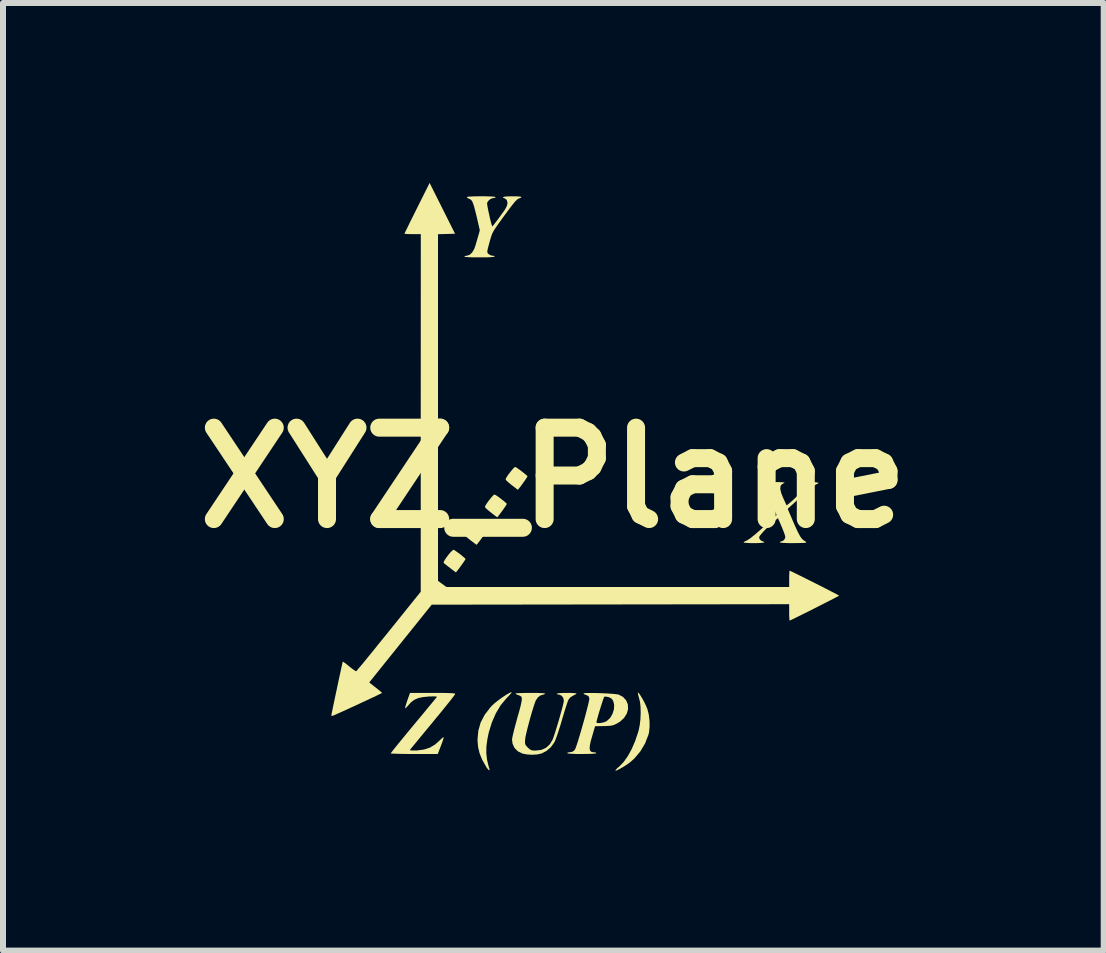
<source format=kicad_pcb>
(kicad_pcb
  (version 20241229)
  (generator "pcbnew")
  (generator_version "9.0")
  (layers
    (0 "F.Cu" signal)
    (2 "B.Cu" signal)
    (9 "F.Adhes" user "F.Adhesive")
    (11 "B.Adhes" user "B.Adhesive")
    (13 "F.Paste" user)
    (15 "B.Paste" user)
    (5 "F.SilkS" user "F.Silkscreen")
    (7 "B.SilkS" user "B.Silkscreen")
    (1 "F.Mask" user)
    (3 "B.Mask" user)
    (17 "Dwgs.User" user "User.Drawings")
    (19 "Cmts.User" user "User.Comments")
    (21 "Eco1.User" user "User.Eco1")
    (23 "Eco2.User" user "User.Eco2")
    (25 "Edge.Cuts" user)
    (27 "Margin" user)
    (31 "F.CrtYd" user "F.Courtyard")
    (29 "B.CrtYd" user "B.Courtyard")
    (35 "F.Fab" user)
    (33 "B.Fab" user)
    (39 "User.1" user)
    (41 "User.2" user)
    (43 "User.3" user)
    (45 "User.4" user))
  (footprint "XYZ_Plane"
    (layer "F.Cu")
    (at 6.176 4.915)
    (property "Reference" "XYZ_Plane" (at 0 0 0) (layer "F.SilkS") (effects (font (size 1.524 1.524) (thickness 0.3))))
    (attr board_only exclude_from_pos_files exclude_from_bom)
    (fp_poly (pts (xy -1.624 1.225) (xy -1.582 1.255) (xy -1.538 1.288) (xy -1.5 1.32) (xy -1.473 1.343) (xy -1.464 1.355) (xy -1.472 1.37) (xy -1.492 1.401) (xy -1.52 1.441) (xy -1.552 1.485) (xy -1.583 1.527) (xy -1.608 1.559) (xy -1.623 1.576) (xy -1.626 1.578) (xy -1.638 1.569) (xy -1.667 1.547) (xy -1.708 1.516) (xy -1.722 1.505) (xy -1.767 1.47) (xy -1.804 1.441) (xy -1.826 1.423) (xy -1.828 1.42) (xy -1.827 1.403) (xy -1.811 1.371) (xy -1.784 1.331) (xy -1.751 1.287) (xy -1.718 1.247) (xy -1.687 1.217) (xy -1.666 1.202) (xy -1.659 1.201)) (stroke (width 0) (type solid)) (fill yes) (layer "F.SilkS"))
    (fp_poly (pts (xy -1.301 0.751) (xy -1.265 0.776) (xy -1.223 0.806) (xy -1.181 0.839) (xy -1.146 0.868) (xy -1.124 0.889) (xy -1.12 0.896) (xy -1.127 0.91) (xy -1.148 0.941) (xy -1.176 0.982) (xy -1.207 1.026) (xy -1.238 1.067) (xy -1.264 1.1) (xy -1.279 1.117) (xy -1.281 1.118) (xy -1.293 1.11) (xy -1.322 1.088) (xy -1.364 1.056) (xy -1.385 1.04) (xy -1.43 1.004) (xy -1.464 0.972) (xy -1.483 0.951) (xy -1.485 0.946) (xy -1.477 0.925) (xy -1.456 0.89) (xy -1.426 0.848) (xy -1.393 0.806) (xy -1.362 0.77) (xy -1.337 0.745) (xy -1.324 0.739)) (stroke (width 0) (type solid)) (fill yes) (layer "F.SilkS"))
    (fp_poly (pts (xy -0.957 0.292) (xy -0.921 0.316) (xy -0.879 0.347) (xy -0.837 0.38) (xy -0.802 0.409) (xy -0.78 0.43) (xy -0.776 0.436) (xy -0.783 0.451) (xy -0.803 0.482) (xy -0.831 0.523) (xy -0.863 0.567) (xy -0.894 0.608) (xy -0.919 0.641) (xy -0.934 0.658) (xy -0.937 0.659) (xy -0.949 0.651) (xy -0.978 0.629) (xy -1.019 0.597) (xy -1.04 0.581) (xy -1.085 0.545) (xy -1.12 0.513) (xy -1.139 0.492) (xy -1.141 0.487) (xy -1.133 0.465) (xy -1.111 0.431) (xy -1.082 0.389) (xy -1.049 0.347) (xy -1.017 0.31) (xy -0.993 0.286) (xy -0.98 0.28)) (stroke (width 0) (type solid)) (fill yes) (layer "F.SilkS"))
    (fp_poly (pts (xy -0.612 -0.167) (xy -0.577 -0.143) (xy -0.535 -0.112) (xy -0.493 -0.079) (xy -0.457 -0.05) (xy -0.435 -0.029) (xy -0.431 -0.023) (xy -0.439 -0.008) (xy -0.459 0.023) (xy -0.487 0.064) (xy -0.519 0.108) (xy -0.549 0.149) (xy -0.575 0.181) (xy -0.59 0.199) (xy -0.592 0.2) (xy -0.604 0.192) (xy -0.634 0.169) (xy -0.675 0.138) (xy -0.696 0.122) (xy -0.741 0.085) (xy -0.776 0.054) (xy -0.794 0.033) (xy -0.796 0.028) (xy -0.788 0.006) (xy -0.767 -0.029) (xy -0.737 -0.07) (xy -0.704 -0.112) (xy -0.673 -0.149) (xy -0.648 -0.173) (xy -0.635 -0.18)) (stroke (width 0) (type solid)) (fill yes) (layer "F.SilkS"))
    (fp_poly (pts (xy -0.695 3.577) (xy -0.701 3.589) (xy -0.724 3.617) (xy -0.76 3.655) (xy -0.786 3.682) (xy -0.879 3.794) (xy -0.959 3.929) (xy -1.026 4.082) (xy -1.077 4.249) (xy -1.099 4.354) (xy -1.116 4.479) (xy -1.118 4.591) (xy -1.106 4.7) (xy -1.078 4.817) (xy -1.066 4.854) (xy -1.063 4.876) (xy -1.073 4.877) (xy -1.093 4.858) (xy -1.119 4.823) (xy -1.121 4.818) (xy -1.186 4.703) (xy -1.229 4.597) (xy -1.255 4.492) (xy -1.264 4.38) (xy -1.264 4.362) (xy -1.251 4.218) (xy -1.212 4.081) (xy -1.145 3.953) (xy -1.051 3.83) (xy -1.017 3.794) (xy -0.979 3.759) (xy -0.93 3.72) (xy -0.875 3.679) (xy -0.82 3.641) (xy -0.769 3.609) (xy -0.728 3.586) (xy -0.701 3.576)) (stroke (width 0) (type solid)) (fill yes) (layer "F.SilkS"))
    (fp_poly (pts (xy 1.419 3.586) (xy 1.437 3.608) (xy 1.462 3.646) (xy 1.491 3.695) (xy 1.519 3.748) (xy 1.545 3.802) (xy 1.565 3.851) (xy 1.567 3.854) (xy 1.59 3.943) (xy 1.603 4.044) (xy 1.605 4.148) (xy 1.596 4.242) (xy 1.586 4.284) (xy 1.529 4.431) (xy 1.449 4.565) (xy 1.349 4.683) (xy 1.281 4.743) (xy 1.233 4.778) (xy 1.181 4.812) (xy 1.129 4.843) (xy 1.084 4.867) (xy 1.051 4.882) (xy 1.034 4.884) (xy 1.033 4.882) (xy 1.044 4.866) (xy 1.07 4.839) (xy 1.1 4.814) (xy 1.171 4.741) (xy 1.24 4.644) (xy 1.305 4.527) (xy 1.363 4.393) (xy 1.412 4.247) (xy 1.424 4.206) (xy 1.441 4.121) (xy 1.452 4.024) (xy 1.456 3.923) (xy 1.454 3.825) (xy 1.445 3.74) (xy 1.43 3.677) (xy 1.417 3.632) (xy 1.41 3.597) (xy 1.41 3.584)) (stroke (width 0) (type solid)) (fill yes) (layer "F.SilkS"))
    (fp_poly (pts (xy -1.894 3.588) (xy -1.801 3.589) (xy -1.731 3.591) (xy -1.683 3.593) (xy -1.652 3.597) (xy -1.638 3.602) (xy -1.636 3.606) (xy -1.645 3.62) (xy -1.67 3.654) (xy -1.71 3.706) (xy -1.763 3.772) (xy -1.826 3.85) (xy -1.898 3.939) (xy -1.977 4.034) (xy -2.01 4.075) (xy -2.092 4.174) (xy -2.167 4.265) (xy -2.235 4.347) (xy -2.293 4.418) (xy -2.34 4.475) (xy -2.373 4.515) (xy -2.39 4.537) (xy -2.393 4.54) (xy -2.383 4.545) (xy -2.35 4.548) (xy -2.3 4.548) (xy -2.273 4.547) (xy -2.156 4.532) (xy -2.058 4.5) (xy -1.97 4.447) (xy -1.907 4.391) (xy -1.871 4.356) (xy -1.843 4.332) (xy -1.828 4.324) (xy -1.828 4.324) (xy -1.83 4.339) (xy -1.84 4.375) (xy -1.858 4.426) (xy -1.874 4.468) (xy -1.927 4.606) (xy -2.319 4.606) (xy -2.422 4.606) (xy -2.515 4.605) (xy -2.594 4.603) (xy -2.656 4.601) (xy -2.696 4.599) (xy -2.712 4.596) (xy -2.712 4.596) (xy -2.703 4.583) (xy -2.678 4.55) (xy -2.638 4.5) (xy -2.585 4.435) (xy -2.522 4.358) (xy -2.45 4.27) (xy -2.371 4.174) (xy -2.331 4.126) (xy -2.249 4.027) (xy -2.172 3.935) (xy -2.104 3.852) (xy -2.044 3.78) (xy -1.997 3.723) (xy -1.963 3.681) (xy -1.944 3.658) (xy -1.941 3.654) (xy -1.951 3.648) (xy -1.985 3.646) (xy -2.042 3.647) (xy -2.077 3.648) (xy -2.177 3.658) (xy -2.255 3.675) (xy -2.318 3.703) (xy -2.371 3.743) (xy -2.405 3.78) (xy -2.436 3.815) (xy -2.46 3.839) (xy -2.471 3.846) (xy -2.471 3.833) (xy -2.463 3.8) (xy -2.447 3.751) (xy -2.436 3.717) (xy -2.39 3.588) (xy -2.013 3.588)) (stroke (width 0) (type solid)) (fill yes) (layer "F.SilkS"))
    (fp_poly (pts (xy 0.677 3.589) (xy 0.753 3.591) (xy 0.833 3.594) (xy 0.91 3.598) (xy 0.981 3.603) (xy 1.038 3.608) (xy 1.079 3.614) (xy 1.091 3.617) (xy 1.162 3.655) (xy 1.213 3.711) (xy 1.242 3.779) (xy 1.246 3.856) (xy 1.226 3.929) (xy 1.18 4.004) (xy 1.111 4.068) (xy 1.055 4.101) (xy 1.017 4.119) (xy 0.98 4.131) (xy 0.936 4.137) (xy 0.876 4.14) (xy 0.839 4.141) (xy 0.696 4.143) (xy 0.65 4.3) (xy 0.623 4.395) (xy 0.608 4.467) (xy 0.605 4.518) (xy 0.614 4.552) (xy 0.635 4.571) (xy 0.669 4.578) (xy 0.677 4.578) (xy 0.706 4.582) (xy 0.718 4.592) (xy 0.704 4.598) (xy 0.663 4.602) (xy 0.598 4.605) (xy 0.51 4.606) (xy 0.474 4.606) (xy 0.378 4.606) (xy 0.305 4.603) (xy 0.255 4.599) (xy 0.231 4.594) (xy 0.23 4.592) (xy 0.242 4.581) (xy 0.264 4.578) (xy 0.316 4.57) (xy 0.351 4.545) (xy 0.365 4.522) (xy 0.377 4.492) (xy 0.395 4.44) (xy 0.417 4.37) (xy 0.442 4.287) (xy 0.469 4.196) (xy 0.496 4.1) (xy 0.502 4.079) (xy 0.718 4.079) (xy 0.73 4.089) (xy 0.761 4.092) (xy 0.802 4.087) (xy 0.846 4.077) (xy 0.883 4.062) (xy 0.891 4.057) (xy 0.946 4.006) (xy 0.986 3.938) (xy 1.01 3.862) (xy 1.014 3.787) (xy 1 3.728) (xy 0.978 3.69) (xy 0.945 3.667) (xy 0.919 3.658) (xy 0.876 3.649) (xy 0.85 3.652) (xy 0.847 3.653) (xy 0.84 3.67) (xy 0.827 3.708) (xy 0.809 3.762) (xy 0.789 3.826) (xy 0.768 3.893) (xy 0.749 3.958) (xy 0.733 4.015) (xy 0.722 4.057) (xy 0.718 4.079) (xy 0.718 4.079) (xy 0.502 4.079) (xy 0.523 4.004) (xy 0.547 3.914) (xy 0.568 3.832) (xy 0.585 3.764) (xy 0.596 3.713) (xy 0.6 3.685) (xy 0.6 3.683) (xy 0.591 3.649) (xy 0.568 3.631) (xy 0.549 3.624) (xy 0.517 3.611) (xy 0.502 3.598) (xy 0.502 3.597) (xy 0.516 3.592) (xy 0.553 3.59) (xy 0.608 3.589)) (stroke (width 0) (type solid)) (fill yes) (layer "F.SilkS"))
    (fp_poly (pts (xy -1.123 -4.692) (xy -1.059 -4.69) (xy -1.007 -4.687) (xy -0.972 -4.683) (xy -0.961 -4.678) (xy -0.974 -4.667) (xy -0.995 -4.664) (xy -1.035 -4.654) (xy -1.073 -4.628) (xy -1.099 -4.595) (xy -1.105 -4.573) (xy -1.102 -4.547) (xy -1.094 -4.502) (xy -1.083 -4.445) (xy -1.069 -4.382) (xy -1.055 -4.319) (xy -1.041 -4.263) (xy -1.029 -4.219) (xy -1.021 -4.194) (xy -1.018 -4.19) (xy -1.007 -4.201) (xy -0.983 -4.231) (xy -0.95 -4.274) (xy -0.91 -4.327) (xy -0.869 -4.384) (xy -0.828 -4.44) (xy -0.806 -4.472) (xy -0.774 -4.533) (xy -0.764 -4.587) (xy -0.777 -4.629) (xy -0.782 -4.636) (xy -0.809 -4.657) (xy -0.828 -4.664) (xy -0.841 -4.671) (xy -0.839 -4.678) (xy -0.823 -4.684) (xy -0.785 -4.689) (xy -0.735 -4.691) (xy -0.678 -4.692) (xy -0.622 -4.692) (xy -0.574 -4.689) (xy -0.542 -4.685) (xy -0.531 -4.68) (xy -0.543 -4.667) (xy -0.565 -4.658) (xy -0.583 -4.652) (xy -0.602 -4.639) (xy -0.625 -4.618) (xy -0.654 -4.585) (xy -0.692 -4.538) (xy -0.74 -4.475) (xy -0.801 -4.392) (xy -0.851 -4.324) (xy -0.908 -4.245) (xy -0.951 -4.184) (xy -0.983 -4.136) (xy -1.006 -4.096) (xy -1.024 -4.058) (xy -1.038 -4.017) (xy -1.053 -3.968) (xy -1.064 -3.927) (xy -1.083 -3.857) (xy -1.095 -3.809) (xy -1.101 -3.777) (xy -1.1 -3.757) (xy -1.093 -3.743) (xy -1.084 -3.732) (xy -1.049 -3.709) (xy -1.017 -3.702) (xy -0.987 -3.698) (xy -0.976 -3.688) (xy -0.99 -3.683) (xy -1.031 -3.678) (xy -1.096 -3.675) (xy -1.185 -3.674) (xy -1.235 -3.674) (xy -1.337 -3.674) (xy -1.413 -3.677) (xy -1.463 -3.68) (xy -1.485 -3.686) (xy -1.485 -3.688) (xy -1.466 -3.699) (xy -1.44 -3.702) (xy -1.397 -3.716) (xy -1.355 -3.754) (xy -1.32 -3.812) (xy -1.3 -3.868) (xy -1.281 -3.933) (xy -1.26 -4.005) (xy -1.25 -4.039) (xy -1.226 -4.125) (xy -1.274 -4.333) (xy -1.298 -4.433) (xy -1.318 -4.509) (xy -1.335 -4.564) (xy -1.35 -4.602) (xy -1.367 -4.627) (xy -1.385 -4.642) (xy -1.406 -4.651) (xy -1.433 -4.665) (xy -1.442 -4.679) (xy -1.441 -4.68) (xy -1.425 -4.685) (xy -1.386 -4.688) (xy -1.331 -4.691) (xy -1.265 -4.692) (xy -1.194 -4.693)) (stroke (width 0) (type solid)) (fill yes) (layer "F.SilkS"))
    (fp_poly (pts (xy 0.287 3.588) (xy 0.34 3.591) (xy 0.375 3.594) (xy 0.387 3.598) (xy 0.375 3.61) (xy 0.345 3.626) (xy 0.331 3.633) (xy 0.282 3.663) (xy 0.253 3.7) (xy 0.242 3.726) (xy 0.225 3.775) (xy 0.203 3.843) (xy 0.178 3.923) (xy 0.151 4.013) (xy 0.143 4.042) (xy 0.115 4.135) (xy 0.087 4.223) (xy 0.061 4.3) (xy 0.038 4.363) (xy 0.021 4.404) (xy 0.018 4.41) (xy -0.04 4.491) (xy -0.115 4.556) (xy -0.198 4.598) (xy -0.268 4.614) (xy -0.353 4.619) (xy -0.439 4.614) (xy -0.513 4.6) (xy -0.515 4.599) (xy -0.591 4.562) (xy -0.647 4.506) (xy -0.68 4.435) (xy -0.689 4.367) (xy -0.685 4.338) (xy -0.674 4.286) (xy -0.657 4.216) (xy -0.636 4.133) (xy -0.611 4.042) (xy -0.6 4) (xy -0.569 3.893) (xy -0.547 3.81) (xy -0.533 3.747) (xy -0.526 3.702) (xy -0.526 3.671) (xy -0.535 3.651) (xy -0.55 3.638) (xy -0.572 3.628) (xy -0.586 3.624) (xy -0.617 3.612) (xy -0.631 3.6) (xy -0.631 3.599) (xy -0.618 3.595) (xy -0.58 3.592) (xy -0.523 3.59) (xy -0.451 3.588) (xy -0.379 3.588) (xy -0.279 3.588) (xy -0.204 3.591) (xy -0.157 3.594) (xy -0.137 3.6) (xy -0.136 3.602) (xy -0.157 3.615) (xy -0.167 3.616) (xy -0.213 3.629) (xy -0.257 3.662) (xy -0.29 3.709) (xy -0.292 3.712) (xy -0.31 3.759) (xy -0.332 3.826) (xy -0.357 3.907) (xy -0.383 3.997) (xy -0.408 4.089) (xy -0.431 4.177) (xy -0.45 4.256) (xy -0.464 4.319) (xy -0.47 4.358) (xy -0.473 4.408) (xy -0.47 4.44) (xy -0.458 4.464) (xy -0.433 4.492) (xy -0.427 4.498) (xy -0.394 4.528) (xy -0.365 4.543) (xy -0.327 4.549) (xy -0.295 4.549) (xy -0.2 4.538) (xy -0.122 4.503) (xy -0.059 4.445) (xy -0.014 4.37) (xy 0.001 4.333) (xy 0.02 4.276) (xy 0.043 4.203) (xy 0.068 4.121) (xy 0.094 4.035) (xy 0.118 3.949) (xy 0.14 3.87) (xy 0.158 3.801) (xy 0.17 3.75) (xy 0.175 3.721) (xy 0.175 3.72) (xy 0.166 3.672) (xy 0.139 3.635) (xy 0.1 3.617) (xy 0.091 3.616) (xy 0.065 3.611) (xy 0.057 3.602) (xy 0.071 3.596) (xy 0.11 3.591) (xy 0.171 3.588) (xy 0.222 3.588)) (stroke (width 0) (type solid)) (fill yes) (layer "F.SilkS"))
    (fp_poly (pts (xy -1.639 -4.068) (xy -1.781 -4.064) (xy -1.923 -4.06) (xy -1.923 1.72) (xy -1.853 1.771) (xy -1.783 1.822) (xy 3.932 1.822) (xy 3.932 1.686) (xy 3.933 1.628) (xy 3.935 1.582) (xy 3.937 1.554) (xy 3.939 1.55) (xy 3.954 1.556) (xy 3.991 1.573) (xy 4.045 1.6) (xy 4.114 1.634) (xy 4.193 1.673) (xy 4.279 1.716) (xy 4.368 1.761) (xy 4.456 1.805) (xy 4.54 1.848) (xy 4.616 1.887) (xy 4.68 1.92) (xy 4.728 1.945) (xy 4.757 1.961) (xy 4.764 1.966) (xy 4.752 1.974) (xy 4.718 1.992) (xy 4.665 2.02) (xy 4.598 2.054) (xy 4.52 2.094) (xy 4.435 2.137) (xy 4.346 2.182) (xy 4.258 2.227) (xy 4.173 2.269) (xy 4.096 2.307) (xy 4.031 2.339) (xy 3.98 2.364) (xy 3.948 2.379) (xy 3.939 2.382) (xy 3.936 2.369) (xy 3.934 2.333) (xy 3.932 2.281) (xy 3.932 2.246) (xy 3.932 2.109) (xy 0.952 2.113) (xy -2.028 2.117) (xy -2.549 2.765) (xy -3.07 3.414) (xy -2.964 3.497) (xy -2.917 3.534) (xy -2.881 3.564) (xy -2.86 3.583) (xy -2.856 3.588) (xy -2.869 3.595) (xy -2.903 3.612) (xy -2.956 3.638) (xy -3.024 3.67) (xy -3.103 3.707) (xy -3.189 3.747) (xy -3.279 3.789) (xy -3.368 3.83) (xy -3.453 3.869) (xy -3.53 3.904) (xy -3.595 3.933) (xy -3.645 3.955) (xy -3.675 3.968) (xy -3.677 3.969) (xy -3.698 3.97) (xy -3.702 3.964) (xy -3.699 3.947) (xy -3.691 3.907) (xy -3.679 3.848) (xy -3.663 3.772) (xy -3.645 3.685) (xy -3.625 3.591) (xy -3.604 3.494) (xy -3.584 3.397) (xy -3.564 3.306) (xy -3.546 3.223) (xy -3.531 3.154) (xy -3.52 3.103) (xy -3.513 3.073) (xy -3.512 3.068) (xy -3.5 3.072) (xy -3.472 3.091) (xy -3.432 3.122) (xy -3.405 3.145) (xy -3.358 3.182) (xy -3.319 3.21) (xy -3.294 3.225) (xy -3.287 3.226) (xy -3.276 3.215) (xy -3.249 3.182) (xy -3.206 3.132) (xy -3.151 3.065) (xy -3.084 2.983) (xy -3.007 2.889) (xy -2.923 2.784) (xy -2.831 2.671) (xy -2.743 2.562) (xy -2.211 1.901) (xy -2.211 -1.08) (xy -2.21 -4.061) (xy -2.346 -4.061) (xy -2.405 -4.062) (xy -2.451 -4.064) (xy -2.478 -4.067) (xy -2.483 -4.068) (xy -2.476 -4.083) (xy -2.459 -4.119) (xy -2.431 -4.175) (xy -2.396 -4.248) (xy -2.353 -4.334) (xy -2.305 -4.43) (xy -2.273 -4.495) (xy -2.063 -4.915)) (stroke (width 0) (type solid)) (fill yes) (layer "F.SilkS"))
    (fp_poly (pts (xy 4.266 0.072) (xy 4.323 0.073) (xy 4.373 0.076) (xy 4.407 0.081) (xy 4.42 0.086) (xy 4.411 0.1) (xy 4.408 0.1) (xy 4.381 0.111) (xy 4.337 0.141) (xy 4.274 0.19) (xy 4.195 0.257) (xy 4.101 0.341) (xy 4.092 0.35) (xy 3.907 0.519) (xy 3.983 0.696) (xy 4.028 0.8) (xy 4.065 0.881) (xy 4.095 0.941) (xy 4.12 0.985) (xy 4.142 1.015) (xy 4.162 1.035) (xy 4.177 1.045) (xy 4.205 1.064) (xy 4.219 1.079) (xy 4.219 1.08) (xy 4.205 1.084) (xy 4.168 1.087) (xy 4.112 1.089) (xy 4.041 1.09) (xy 3.997 1.091) (xy 3.907 1.09) (xy 3.838 1.087) (xy 3.794 1.083) (xy 3.775 1.077) (xy 3.774 1.076) (xy 3.786 1.065) (xy 3.802 1.062) (xy 3.831 1.051) (xy 3.853 1.028) (xy 3.864 1.007) (xy 3.867 0.986) (xy 3.86 0.957) (xy 3.844 0.91) (xy 3.841 0.902) (xy 3.817 0.842) (xy 3.791 0.78) (xy 3.775 0.742) (xy 3.744 0.673) (xy 3.647 0.759) (xy 3.574 0.825) (xy 3.514 0.885) (xy 3.468 0.936) (xy 3.439 0.974) (xy 3.43 0.996) (xy 3.441 1.026) (xy 3.468 1.052) (xy 3.495 1.062) (xy 3.514 1.07) (xy 3.516 1.076) (xy 3.502 1.083) (xy 3.463 1.087) (xy 3.402 1.09) (xy 3.344 1.091) (xy 3.277 1.09) (xy 3.223 1.087) (xy 3.185 1.084) (xy 3.171 1.079) (xy 3.171 1.079) (xy 3.183 1.067) (xy 3.213 1.053) (xy 3.218 1.051) (xy 3.25 1.033) (xy 3.3 0.997) (xy 3.367 0.943) (xy 3.452 0.869) (xy 3.556 0.775) (xy 3.623 0.714) (xy 3.723 0.622) (xy 3.624 0.389) (xy 3.58 0.289) (xy 3.543 0.213) (xy 3.512 0.159) (xy 3.485 0.124) (xy 3.459 0.106) (xy 3.435 0.1) (xy 3.417 0.092) (xy 3.415 0.086) (xy 3.429 0.08) (xy 3.47 0.076) (xy 3.534 0.073) (xy 3.62 0.072) (xy 3.64 0.072) (xy 3.716 0.072) (xy 3.78 0.074) (xy 3.827 0.076) (xy 3.852 0.079) (xy 3.856 0.081) (xy 3.837 0.094) (xy 3.814 0.107) (xy 3.789 0.135) (xy 3.783 0.184) (xy 3.798 0.252) (xy 3.833 0.341) (xy 3.837 0.349) (xy 3.889 0.462) (xy 3.943 0.419) (xy 3.979 0.388) (xy 4.026 0.344) (xy 4.073 0.296) (xy 4.08 0.289) (xy 4.131 0.228) (xy 4.157 0.18) (xy 4.158 0.143) (xy 4.135 0.114) (xy 4.122 0.107) (xy 4.101 0.092) (xy 4.099 0.081) (xy 4.118 0.076) (xy 4.156 0.073) (xy 4.208 0.072)) (stroke (width 0) (type solid)) (fill yes) (layer "F.SilkS")))
  (gr_rect
    (start -3 -3)
    (end 15.352 12.799)
    (stroke (width 0.1) (type default))
    (fill no)
    (layer "Edge.Cuts")))
</source>
